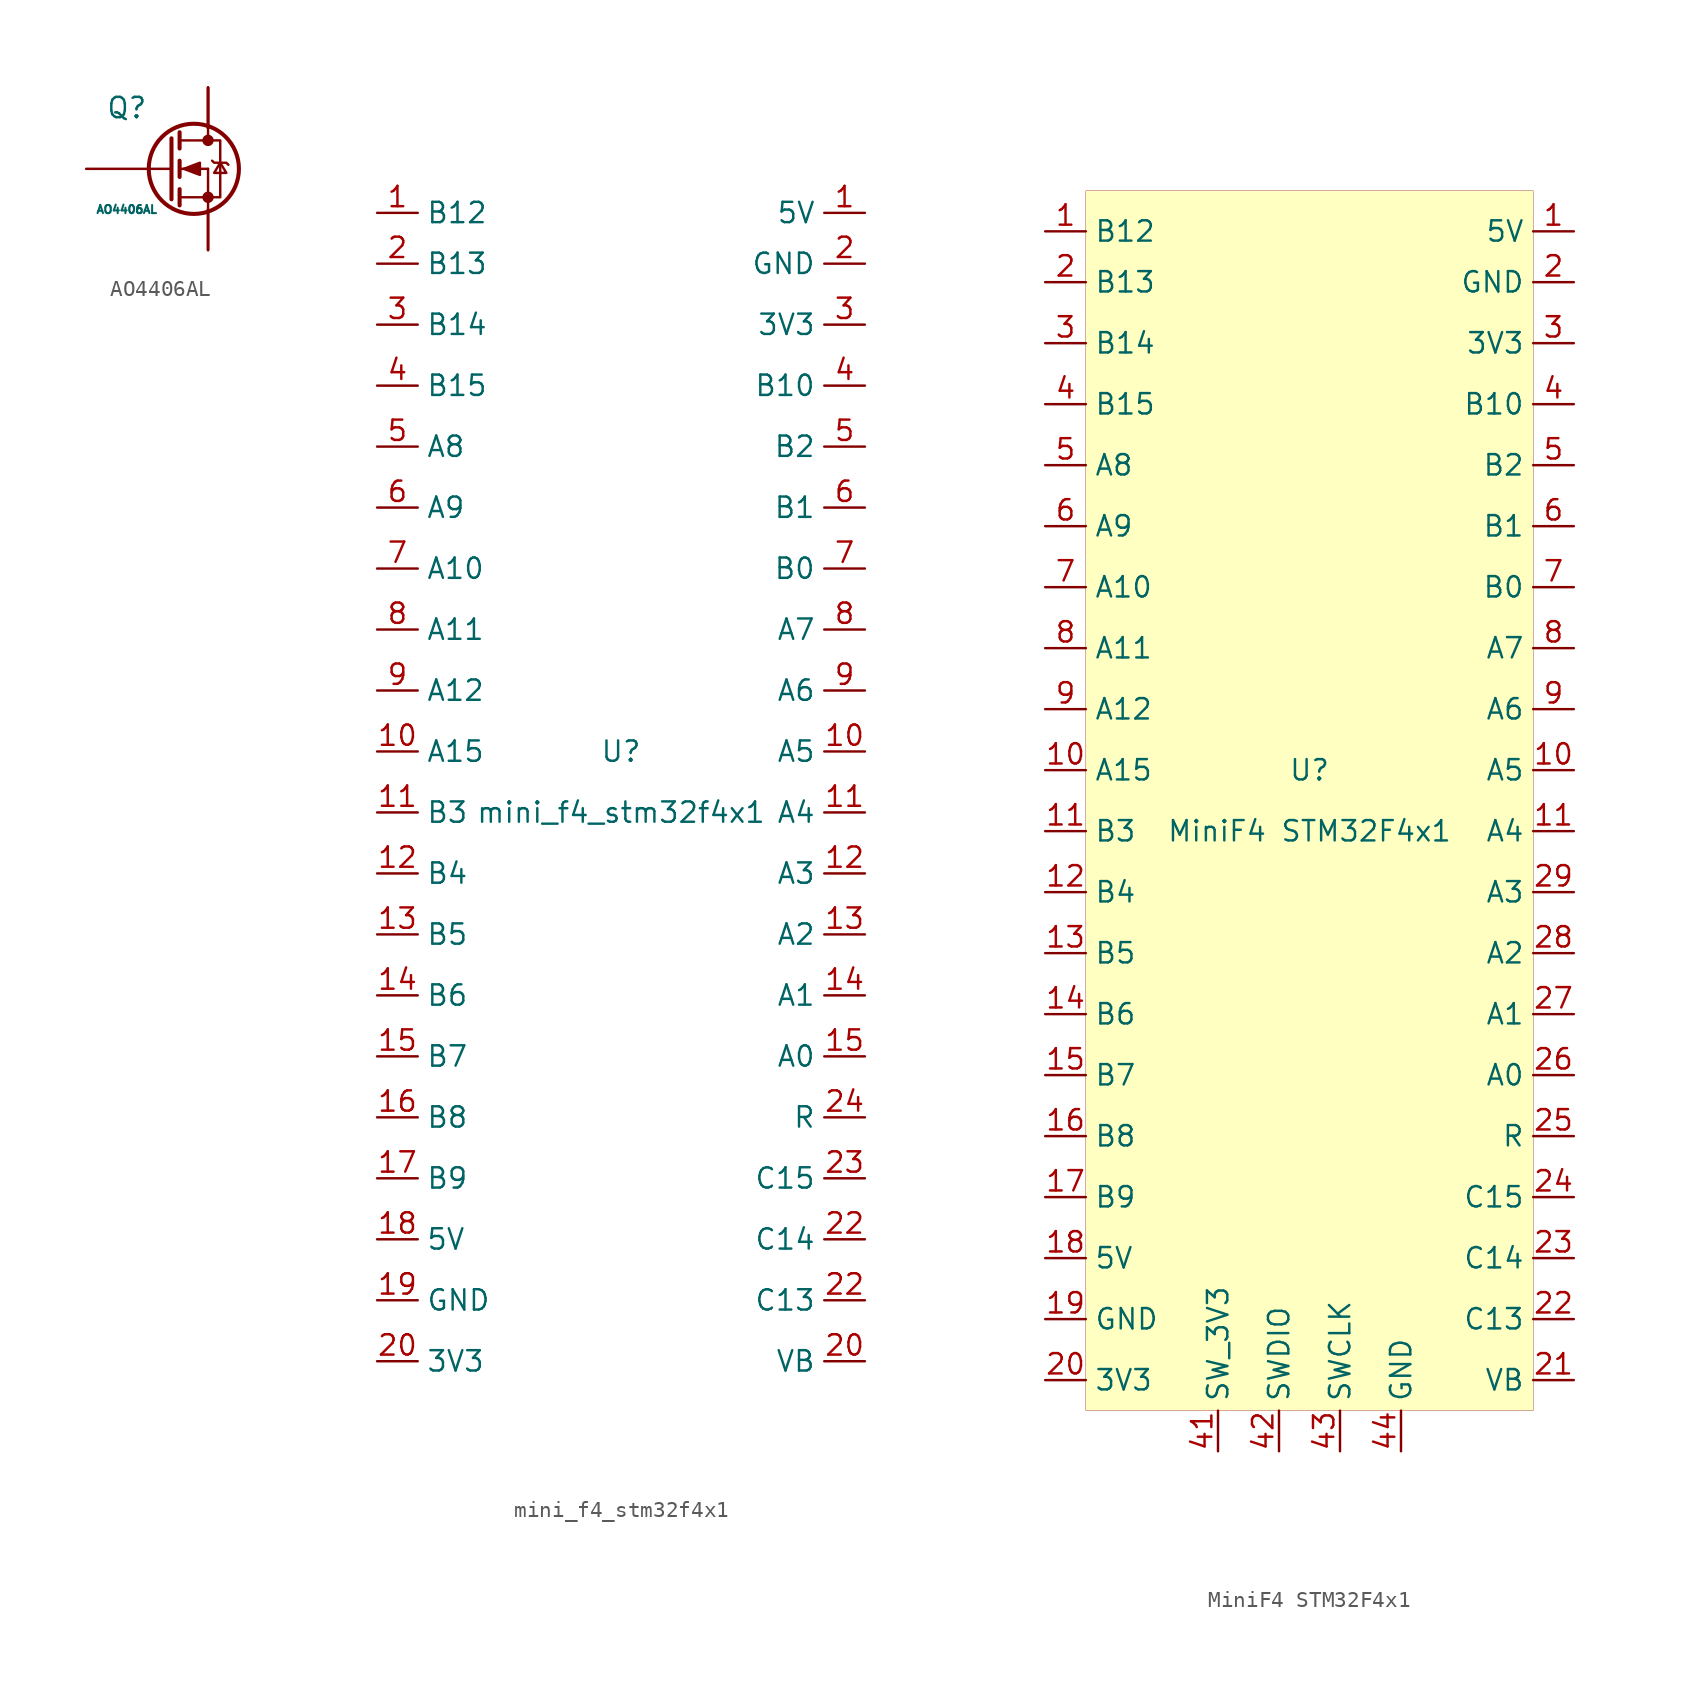
<source format=kicad_sym>
(kicad_symbol_lib
  (version 20211014)
  (generator kicad_symbol_editor)
  (symbol "AO4406AL"
    (pin_names
      (offset 1.016))
    (property "Reference" "Q"
      (at -5.08 3.81 0)
      (effects (font (size 1.27 1.27))))
    (property "Value" "AO4406AL"
      (at -5.08 -2.54 0)
      (effects (font (size 0.508 0.508))))
    (symbol "AO4406AL_1_1"
      (circle (center -0.889 0) (radius 2.819) (stroke (width 0.254) (type default) (color 0 0 0 0)) (fill (type none)))
      (circle (center 0 -1.778) (radius 0.279) (stroke (width 0) (type default) (color 0 0 0 0)) (fill (type outline)))
      (polyline (pts (xy -2.489 0) (xy -2.286 0)) (stroke (width 0) (type default) (color 0 0 0 0)) (fill (type none)))
      (polyline (pts (xy -1.778 -1.778) (xy 0 -1.778)) (stroke (width 0) (type default) (color 0 0 0 0)) (fill (type none)))
      (polyline (pts (xy -1.778 -1.27) (xy -1.778 -2.286)) (stroke (width 0.254) (type default) (color 0 0 0 0)) (fill (type none)))
      (polyline (pts (xy -1.778 0) (xy 0 0)) (stroke (width 0) (type default) (color 0 0 0 0)) (fill (type none)))
      (polyline (pts (xy -1.778 0.508) (xy -1.778 -0.508)) (stroke (width 0.254) (type default) (color 0 0 0 0)) (fill (type none)))
      (polyline (pts (xy -1.778 1.778) (xy 0 1.778)) (stroke (width 0) (type default) (color 0 0 0 0)) (fill (type none)))
      (polyline (pts (xy -1.778 2.286) (xy -1.778 1.27)) (stroke (width 0.254) (type default) (color 0 0 0 0)) (fill (type none)))
      (polyline (pts (xy 0 -1.778) (xy 0 -2.54)) (stroke (width 0) (type default) (color 0 0 0 0)) (fill (type none)))
      (polyline (pts (xy 0 -1.778) (xy 0 0)) (stroke (width 0) (type default) (color 0 0 0 0)) (fill (type none)))
      (polyline (pts (xy 0 2.54) (xy 0 1.778)) (stroke (width 0) (type default) (color 0 0 0 0)) (fill (type none)))
      (polyline (pts (xy -2.286 1.905) (xy -2.286 -1.905) (xy -2.286 -1.905)) (stroke (width 0.254) (type default) (color 0 0 0 0)) (fill (type none)))
      (polyline (pts (xy -1.524 0) (xy -0.508 0.381) (xy -0.508 -0.381) (xy -1.524 0)) (stroke (width 0) (type default) (color 0 0 0 0)) (fill (type outline)))
      (polyline (pts (xy 0 -1.778) (xy 0.762 -1.778) (xy 0.762 1.778) (xy 0 1.778)) (stroke (width 0) (type default) (color 0 0 0 0)) (fill (type none)))
      (polyline (pts (xy 0.254 0.508) (xy 0.381 0.381) (xy 1.143 0.381) (xy 1.27 0.254)) (stroke (width 0) (type default) (color 0 0 0 0)) (fill (type none)))
      (polyline (pts (xy 0.762 0.381) (xy 0.381 -0.254) (xy 1.143 -0.254) (xy 0.762 0.381)) (stroke (width 0) (type default) (color 0 0 0 0)) (fill (type none)))
      (circle (center 0 1.778) (radius 0.279) (stroke (width 0) (type default) (color 0 0 0 0)) (fill (type outline)))
      (pin passive line (at 0 -5.08 90) (length 2.54) (name "~" (effects (font (size 0 0)))) (number "1" (effects (font (size 0 0)))))
      (pin passive line (at 0 -5.08 90) (length 2.54) (name "~" (effects (font (size 0 0)))) (number "2" (effects (font (size 0 0)))))
      (pin passive line (at 0 -5.08 90) (length 2.54) (name "~" (effects (font (size 0 0)))) (number "3" (effects (font (size 0 0)))))
      (pin input line (at -7.62 0 0) (length 5.08) (name "G" (effects (font (size 0 0)))) (number "4" (effects (font (size 0 0)))))
      (pin passive line (at 0 5.08 270) (length 2.54) (name "D" (effects (font (size 0 0)))) (number "5" (effects (font (size 0 0)))))
      (pin passive line (at 0 5.08 270) (length 2.54) (name "~" (effects (font (size 0 0)))) (number "6" (effects (font (size 0 0)))))
      (pin passive line (at 0 5.08 270) (length 2.54) (name "~" (effects (font (size 0 0)))) (number "7" (effects (font (size 0 0)))))
      (pin passive line (at 0 5.08 270) (length 2.54) (name "~" (effects (font (size 0 0)))) (number "8" (effects (font (size 0 0)))))))
  (symbol "mini_f4_stm32f4x1"
    (property "Reference" "U"
      (at 0 1.905 0)
      (effects (font (size 1.27 1.27))))
    (property "Value" "mini_f4_stm32f4x1"
      (at 0 -1.905 0)
      (effects (font (size 1.27 1.27))))
    (symbol "mini_f4_stm32f4x1_1_1"
      (pin power_out line (at 15.24 35.56 180) (length 2.54) (name "5V" (effects (font (size 1.27 1.27)))) (number "1" (effects (font (size 1.27 1.27)))))
      (pin unspecified line (at -15.24 35.56 0) (length 2.54) (name "B12" (effects (font (size 1.27 1.27)))) (number "1" (effects (font (size 1.27 1.27)))))
      (pin unspecified line (at -15.24 1.905 0) (length 2.54) (name "A15" (effects (font (size 1.27 1.27)))) (number "10" (effects (font (size 1.27 1.27)))))
      (pin unspecified line (at 15.24 1.905 180) (length 2.54) (name "A5" (effects (font (size 1.27 1.27)))) (number "10" (effects (font (size 1.27 1.27)))))
      (pin unspecified line (at 15.24 -1.905 180) (length 2.54) (name "A4" (effects (font (size 1.27 1.27)))) (number "11" (effects (font (size 1.27 1.27)))))
      (pin unspecified line (at -15.24 -1.905 0) (length 2.54) (name "B3" (effects (font (size 1.27 1.27)))) (number "11" (effects (font (size 1.27 1.27)))))
      (pin unspecified line (at 15.24 -5.715 180) (length 2.54) (name "A3" (effects (font (size 1.27 1.27)))) (number "12" (effects (font (size 1.27 1.27)))))
      (pin unspecified line (at -15.24 -5.715 0) (length 2.54) (name "B4" (effects (font (size 1.27 1.27)))) (number "12" (effects (font (size 1.27 1.27)))))
      (pin unspecified line (at 15.24 -9.525 180) (length 2.54) (name "A2" (effects (font (size 1.27 1.27)))) (number "13" (effects (font (size 1.27 1.27)))))
      (pin unspecified line (at -15.24 -9.525 0) (length 2.54) (name "B5" (effects (font (size 1.27 1.27)))) (number "13" (effects (font (size 1.27 1.27)))))
      (pin unspecified line (at 15.24 -13.335 180) (length 2.54) (name "A1" (effects (font (size 1.27 1.27)))) (number "14" (effects (font (size 1.27 1.27)))))
      (pin unspecified line (at -15.24 -13.335 0) (length 2.54) (name "B6" (effects (font (size 1.27 1.27)))) (number "14" (effects (font (size 1.27 1.27)))))
      (pin unspecified line (at 15.24 -17.145 180) (length 2.54) (name "A0" (effects (font (size 1.27 1.27)))) (number "15" (effects (font (size 1.27 1.27)))))
      (pin unspecified line (at -15.24 -17.145 0) (length 2.54) (name "B7" (effects (font (size 1.27 1.27)))) (number "15" (effects (font (size 1.27 1.27)))))
      (pin unspecified line (at -15.24 -20.955 0) (length 2.54) (name "B8" (effects (font (size 1.27 1.27)))) (number "16" (effects (font (size 1.27 1.27)))))
      (pin unspecified line (at -15.24 -24.765 0) (length 2.54) (name "B9" (effects (font (size 1.27 1.27)))) (number "17" (effects (font (size 1.27 1.27)))))
      (pin power_out line (at -15.24 -28.575 0) (length 2.54) (name "5V" (effects (font (size 1.27 1.27)))) (number "18" (effects (font (size 1.27 1.27)))))
      (pin power_in line (at -15.24 -32.385 0) (length 2.54) (name "GND" (effects (font (size 1.27 1.27)))) (number "19" (effects (font (size 1.27 1.27)))))
      (pin unspecified line (at -15.24 32.385 0) (length 2.54) (name "B13" (effects (font (size 1.27 1.27)))) (number "2" (effects (font (size 1.27 1.27)))))
      (pin power_in line (at 15.24 32.385 180) (length 2.54) (name "GND" (effects (font (size 1.27 1.27)))) (number "2" (effects (font (size 1.27 1.27)))))
      (pin power_out line (at -15.24 -36.195 0) (length 2.54) (name "3V3" (effects (font (size 1.27 1.27)))) (number "20" (effects (font (size 1.27 1.27)))))
      (pin power_out line (at 15.24 -36.195 180) (length 2.54) (name "VB" (effects (font (size 1.27 1.27)))) (number "20" (effects (font (size 1.27 1.27)))))
      (pin unspecified line (at 15.24 -32.385 180) (length 2.54) (name "C13" (effects (font (size 1.27 1.27)))) (number "22" (effects (font (size 1.27 1.27)))))
      (pin unspecified line (at 15.24 -28.575 180) (length 2.54) (name "C14" (effects (font (size 1.27 1.27)))) (number "22" (effects (font (size 1.27 1.27)))))
      (pin unspecified line (at 15.24 -24.765 180) (length 2.54) (name "C15" (effects (font (size 1.27 1.27)))) (number "23" (effects (font (size 1.27 1.27)))))
      (pin unspecified line (at 15.24 -20.955 180) (length 2.54) (name "R" (effects (font (size 1.27 1.27)))) (number "24" (effects (font (size 1.27 1.27)))))
      (pin power_out line (at 15.24 28.575 180) (length 2.54) (name "3V3" (effects (font (size 1.27 1.27)))) (number "3" (effects (font (size 1.27 1.27)))))
      (pin unspecified line (at -15.24 28.575 0) (length 2.54) (name "B14" (effects (font (size 1.27 1.27)))) (number "3" (effects (font (size 1.27 1.27)))))
      (pin unspecified line (at 15.24 24.765 180) (length 2.54) (name "B10" (effects (font (size 1.27 1.27)))) (number "4" (effects (font (size 1.27 1.27)))))
      (pin unspecified line (at -15.24 24.765 0) (length 2.54) (name "B15" (effects (font (size 1.27 1.27)))) (number "4" (effects (font (size 1.27 1.27)))))
      (pin unspecified line (at -15.24 20.955 0) (length 2.54) (name "A8" (effects (font (size 1.27 1.27)))) (number "5" (effects (font (size 1.27 1.27)))))
      (pin unspecified line (at 15.24 20.955 180) (length 2.54) (name "B2" (effects (font (size 1.27 1.27)))) (number "5" (effects (font (size 1.27 1.27)))))
      (pin unspecified line (at -15.24 17.145 0) (length 2.54) (name "A9" (effects (font (size 1.27 1.27)))) (number "6" (effects (font (size 1.27 1.27)))))
      (pin unspecified line (at 15.24 17.145 180) (length 2.54) (name "B1" (effects (font (size 1.27 1.27)))) (number "6" (effects (font (size 1.27 1.27)))))
      (pin unspecified line (at -15.24 13.335 0) (length 2.54) (name "A10" (effects (font (size 1.27 1.27)))) (number "7" (effects (font (size 1.27 1.27)))))
      (pin unspecified line (at 15.24 13.335 180) (length 2.54) (name "B0" (effects (font (size 1.27 1.27)))) (number "7" (effects (font (size 1.27 1.27)))))
      (pin unspecified line (at -15.24 9.525 0) (length 2.54) (name "A11" (effects (font (size 1.27 1.27)))) (number "8" (effects (font (size 1.27 1.27)))))
      (pin unspecified line (at 15.24 9.525 180) (length 2.54) (name "A7" (effects (font (size 1.27 1.27)))) (number "8" (effects (font (size 1.27 1.27)))))
      (pin unspecified line (at -15.24 5.715 0) (length 2.54) (name "A12" (effects (font (size 1.27 1.27)))) (number "9" (effects (font (size 1.27 1.27)))))
      (pin unspecified line (at 15.24 5.715 180) (length 2.54) (name "A6" (effects (font (size 1.27 1.27)))) (number "9" (effects (font (size 1.27 1.27)))))))
  (symbol "MiniF4 STM32F4x1"
    (property "Reference" "U"
      (at 0 1.905 0)
      (effects (font (size 1.27 1.27))))
    (property "Value" "MiniF4 STM32F4x1"
      (at 0 -1.905 0)
      (effects (font (size 1.27 1.27))))
    (symbol "MiniF4 STM32F4x1_0_1"
      (rectangle (start -13.97 38.1) (end 13.97 -38.1) (stroke (width 0.001) (type default) (color 0 0 0 0)) (fill (type background))))
    (symbol "MiniF4 STM32F4x1_1_1"
      (pin power_out line (at 16.51 35.56 180) (length 2.54) (name "5V" (effects (font (size 1.27 1.27)))) (number "1" (effects (font (size 1.27 1.27)))))
      (pin unspecified line (at -16.51 35.56 0) (length 2.54) (name "B12" (effects (font (size 1.27 1.27)))) (number "1" (effects (font (size 1.27 1.27)))))
      (pin unspecified line (at -16.51 1.905 0) (length 2.54) (name "A15" (effects (font (size 1.27 1.27)))) (number "10" (effects (font (size 1.27 1.27)))))
      (pin unspecified line (at 16.51 1.905 180) (length 2.54) (name "A5" (effects (font (size 1.27 1.27)))) (number "10" (effects (font (size 1.27 1.27)))))
      (pin unspecified line (at 16.51 -1.905 180) (length 2.54) (name "A4" (effects (font (size 1.27 1.27)))) (number "11" (effects (font (size 1.27 1.27)))))
      (pin unspecified line (at -16.51 -1.905 0) (length 2.54) (name "B3" (effects (font (size 1.27 1.27)))) (number "11" (effects (font (size 1.27 1.27)))))
      (pin unspecified line (at -16.51 -5.715 0) (length 2.54) (name "B4" (effects (font (size 1.27 1.27)))) (number "12" (effects (font (size 1.27 1.27)))))
      (pin unspecified line (at -16.51 -9.525 0) (length 2.54) (name "B5" (effects (font (size 1.27 1.27)))) (number "13" (effects (font (size 1.27 1.27)))))
      (pin unspecified line (at -16.51 -13.335 0) (length 2.54) (name "B6" (effects (font (size 1.27 1.27)))) (number "14" (effects (font (size 1.27 1.27)))))
      (pin unspecified line (at -16.51 -17.145 0) (length 2.54) (name "B7" (effects (font (size 1.27 1.27)))) (number "15" (effects (font (size 1.27 1.27)))))
      (pin unspecified line (at -16.51 -20.955 0) (length 2.54) (name "B8" (effects (font (size 1.27 1.27)))) (number "16" (effects (font (size 1.27 1.27)))))
      (pin unspecified line (at -16.51 -24.765 0) (length 2.54) (name "B9" (effects (font (size 1.27 1.27)))) (number "17" (effects (font (size 1.27 1.27)))))
      (pin power_out line (at -16.51 -28.575 0) (length 2.54) (name "5V" (effects (font (size 1.27 1.27)))) (number "18" (effects (font (size 1.27 1.27)))))
      (pin power_in line (at -16.51 -32.385 0) (length 2.54) (name "GND" (effects (font (size 1.27 1.27)))) (number "19" (effects (font (size 1.27 1.27)))))
      (pin unspecified line (at -16.51 32.385 0) (length 2.54) (name "B13" (effects (font (size 1.27 1.27)))) (number "2" (effects (font (size 1.27 1.27)))))
      (pin power_in line (at 16.51 32.385 180) (length 2.54) (name "GND" (effects (font (size 1.27 1.27)))) (number "2" (effects (font (size 1.27 1.27)))))
      (pin power_out line (at -16.51 -36.195 0) (length 2.54) (name "3V3" (effects (font (size 1.27 1.27)))) (number "20" (effects (font (size 1.27 1.27)))))
      (pin unspecified line (at 16.51 -36.195 180) (length 2.54) (name "VB" (effects (font (size 1.27 1.27)))) (number "21" (effects (font (size 1.27 1.27)))))
      (pin unspecified line (at 16.51 -32.385 180) (length 2.54) (name "C13" (effects (font (size 1.27 1.27)))) (number "22" (effects (font (size 1.27 1.27)))))
      (pin unspecified line (at 16.51 -28.575 180) (length 2.54) (name "C14" (effects (font (size 1.27 1.27)))) (number "23" (effects (font (size 1.27 1.27)))))
      (pin unspecified line (at 16.51 -24.765 180) (length 2.54) (name "C15" (effects (font (size 1.27 1.27)))) (number "24" (effects (font (size 1.27 1.27)))))
      (pin unspecified line (at 16.51 -20.955 180) (length 2.54) (name "R" (effects (font (size 1.27 1.27)))) (number "25" (effects (font (size 1.27 1.27)))))
      (pin unspecified line (at 16.51 -17.145 180) (length 2.54) (name "A0" (effects (font (size 1.27 1.27)))) (number "26" (effects (font (size 1.27 1.27)))))
      (pin unspecified line (at 16.51 -13.335 180) (length 2.54) (name "A1" (effects (font (size 1.27 1.27)))) (number "27" (effects (font (size 1.27 1.27)))))
      (pin unspecified line (at 16.51 -9.525 180) (length 2.54) (name "A2" (effects (font (size 1.27 1.27)))) (number "28" (effects (font (size 1.27 1.27)))))
      (pin unspecified line (at 16.51 -5.715 180) (length 2.54) (name "A3" (effects (font (size 1.27 1.27)))) (number "29" (effects (font (size 1.27 1.27)))))
      (pin power_out line (at 16.51 28.575 180) (length 2.54) (name "3V3" (effects (font (size 1.27 1.27)))) (number "3" (effects (font (size 1.27 1.27)))))
      (pin unspecified line (at -16.51 28.575 0) (length 2.54) (name "B14" (effects (font (size 1.27 1.27)))) (number "3" (effects (font (size 1.27 1.27)))))
      (pin unspecified line (at 16.51 24.765 180) (length 2.54) (name "B10" (effects (font (size 1.27 1.27)))) (number "4" (effects (font (size 1.27 1.27)))))
      (pin unspecified line (at -16.51 24.765 0) (length 2.54) (name "B15" (effects (font (size 1.27 1.27)))) (number "4" (effects (font (size 1.27 1.27)))))
      (pin power_in line (at -5.715 -40.64 90) (length 2.54) (name "SW_3V3" (effects (font (size 1.27 1.27)))) (number "41" (effects (font (size 1.27 1.27)))))
      (pin bidirectional line (at -1.905 -40.64 90) (length 2.54) (name "SWDIO" (effects (font (size 1.27 1.27)))) (number "42" (effects (font (size 1.27 1.27)))))
      (pin input line (at 1.905 -40.64 90) (length 2.54) (name "SWCLK" (effects (font (size 1.27 1.27)))) (number "43" (effects (font (size 1.27 1.27)))))
      (pin power_out line (at 5.715 -40.64 90) (length 2.54) (name "GND" (effects (font (size 1.27 1.27)))) (number "44" (effects (font (size 1.27 1.27)))))
      (pin unspecified line (at -16.51 20.955 0) (length 2.54) (name "A8" (effects (font (size 1.27 1.27)))) (number "5" (effects (font (size 1.27 1.27)))))
      (pin unspecified line (at 16.51 20.955 180) (length 2.54) (name "B2" (effects (font (size 1.27 1.27)))) (number "5" (effects (font (size 1.27 1.27)))))
      (pin unspecified line (at -16.51 17.145 0) (length 2.54) (name "A9" (effects (font (size 1.27 1.27)))) (number "6" (effects (font (size 1.27 1.27)))))
      (pin unspecified line (at 16.51 17.145 180) (length 2.54) (name "B1" (effects (font (size 1.27 1.27)))) (number "6" (effects (font (size 1.27 1.27)))))
      (pin unspecified line (at -16.51 13.335 0) (length 2.54) (name "A10" (effects (font (size 1.27 1.27)))) (number "7" (effects (font (size 1.27 1.27)))))
      (pin unspecified line (at 16.51 13.335 180) (length 2.54) (name "B0" (effects (font (size 1.27 1.27)))) (number "7" (effects (font (size 1.27 1.27)))))
      (pin unspecified line (at -16.51 9.525 0) (length 2.54) (name "A11" (effects (font (size 1.27 1.27)))) (number "8" (effects (font (size 1.27 1.27)))))
      (pin unspecified line (at 16.51 9.525 180) (length 2.54) (name "A7" (effects (font (size 1.27 1.27)))) (number "8" (effects (font (size 1.27 1.27)))))
      (pin unspecified line (at -16.51 5.715 0) (length 2.54) (name "A12" (effects (font (size 1.27 1.27)))) (number "9" (effects (font (size 1.27 1.27)))))
      (pin unspecified line (at 16.51 5.715 180) (length 2.54) (name "A6" (effects (font (size 1.27 1.27)))) (number "9" (effects (font (size 1.27 1.27))))))))
</source>
